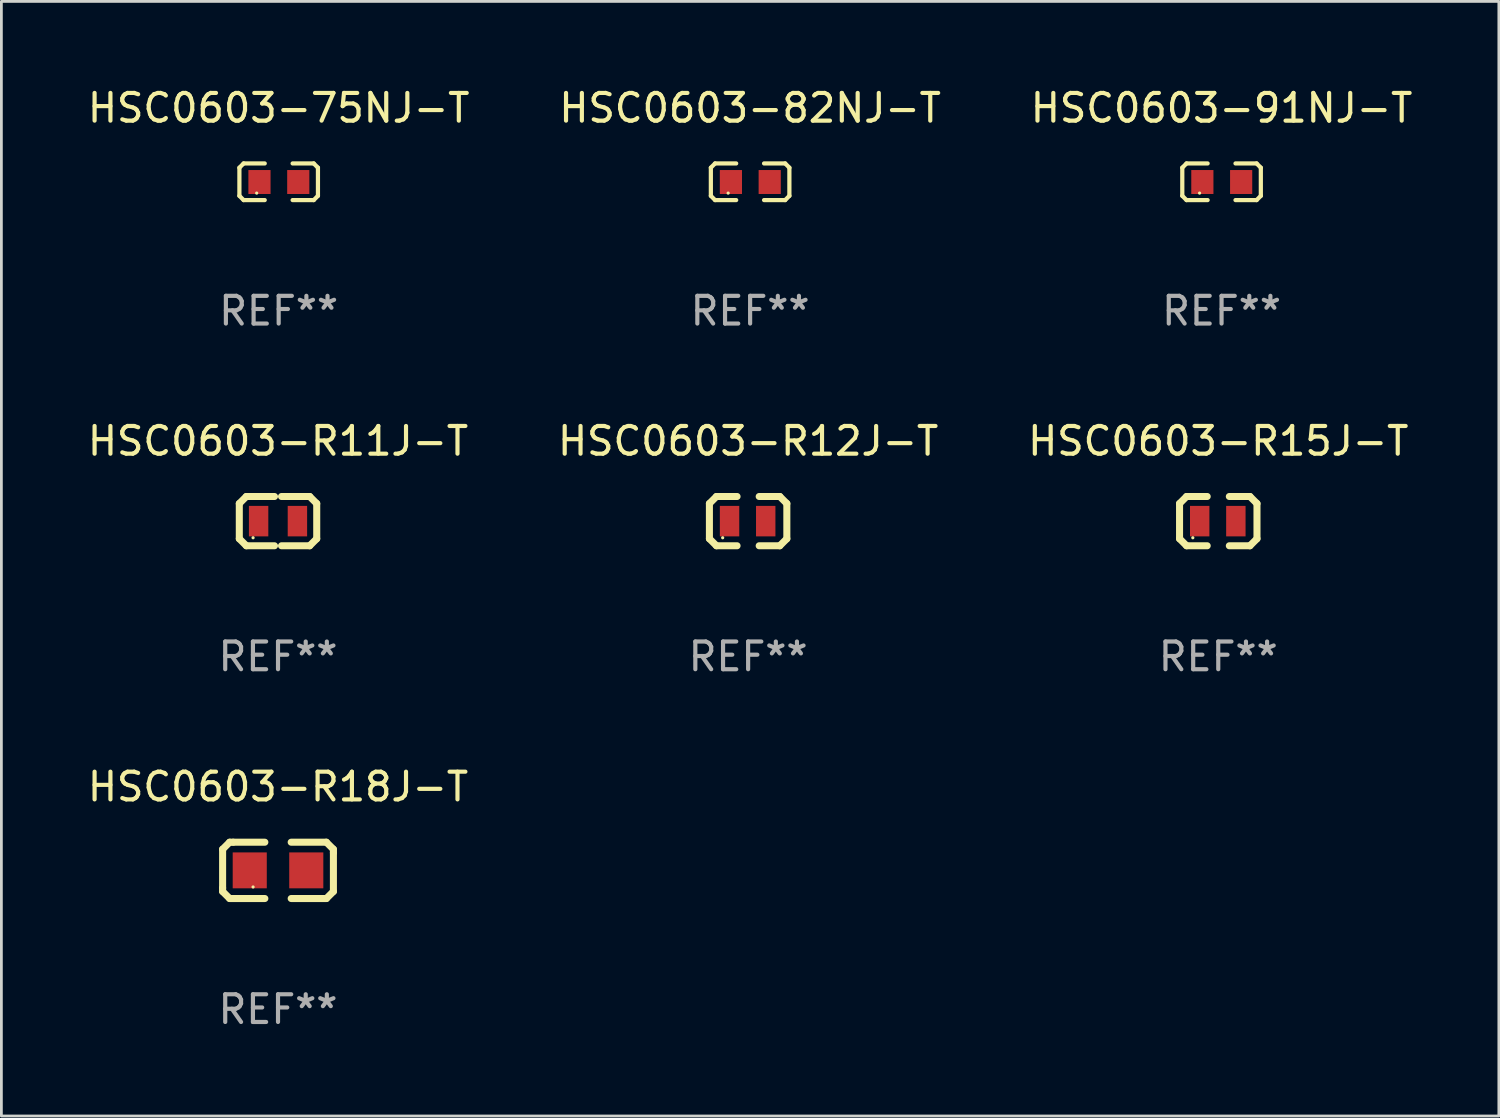
<source format=kicad_pcb>
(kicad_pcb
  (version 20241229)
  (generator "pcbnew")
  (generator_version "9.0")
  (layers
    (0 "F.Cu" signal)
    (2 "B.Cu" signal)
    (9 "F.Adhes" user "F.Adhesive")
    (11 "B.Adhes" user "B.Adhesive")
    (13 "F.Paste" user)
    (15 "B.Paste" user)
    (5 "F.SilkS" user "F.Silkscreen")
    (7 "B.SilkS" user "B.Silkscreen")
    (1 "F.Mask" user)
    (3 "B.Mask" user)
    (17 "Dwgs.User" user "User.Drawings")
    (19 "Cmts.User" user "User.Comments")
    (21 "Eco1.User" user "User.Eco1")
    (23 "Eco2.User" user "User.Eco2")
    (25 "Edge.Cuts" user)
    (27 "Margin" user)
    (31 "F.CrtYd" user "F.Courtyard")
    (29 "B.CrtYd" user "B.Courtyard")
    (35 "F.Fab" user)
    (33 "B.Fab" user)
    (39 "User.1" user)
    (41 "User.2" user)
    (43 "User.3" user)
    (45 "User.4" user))
  (footprint "HSC0603-91NJ-T"
    (layer "F.Cu")
    (at 41.03 3.509)
    (property "Reference" "HSC0603-91NJ-T" (at 0 -2.661 0) (layer "F.SilkS") (effects (font (size 1 1) (thickness 0.15))))
    (attr through_hole)
    (fp_line (start -1.417 -0.508) (end -1.265 -0.661) (stroke (width 0.152) (type solid)) (layer "F.SilkS"))
    (fp_line (start -1.417 0.508) (end -1.417 -0.508) (stroke (width 0.152) (type solid)) (layer "F.SilkS"))
    (fp_line (start -1.265 -0.661) (end -0.503 -0.661) (stroke (width 0.152) (type solid)) (layer "F.SilkS"))
    (fp_line (start -1.265 0.661) (end -1.417 0.508) (stroke (width 0.152) (type solid)) (layer "F.SilkS"))
    (fp_line (start -1.265 0.661) (end -0.503 0.661) (stroke (width 0.152) (type solid)) (layer "F.SilkS"))
    (fp_line (start 1.265 -0.661) (end 0.503 -0.661) (stroke (width 0.152) (type solid)) (layer "F.SilkS"))
    (fp_line (start 1.265 -0.661) (end 1.417 -0.508) (stroke (width 0.152) (type solid)) (layer "F.SilkS"))
    (fp_line (start 1.265 0.661) (end 0.503 0.661) (stroke (width 0.152) (type solid)) (layer "F.SilkS"))
    (fp_line (start 1.417 -0.508) (end 1.417 0.508) (stroke (width 0.152) (type solid)) (layer "F.SilkS"))
    (fp_line (start 1.417 0.508) (end 1.265 0.661) (stroke (width 0.152) (type solid)) (layer "F.SilkS"))
    (fp_circle (center -0.793 0.409) (end -0.763 0.409) (stroke (width 0.06) (type solid)) (fill no) (layer "F.SilkS"))
    (fp_text user "REF**" (at 0 4.661 0) (layer "F.Fab") (effects (font (size 1 1) (thickness 0.15))))
    (pad "1" smd rect (at -0.693 0.009 180) (size 0.8 0.864) (layers "F.Cu" "F.Mask" "F.Paste"))
    (pad "2" smd rect (at 0.707 0.009 180) (size 0.8 0.864) (layers "F.Cu" "F.Mask" "F.Paste")))
  (footprint "HSC0603-R12J-T"
    (layer "F.Cu")
    (at 23.946 15.755)
    (property "Reference" "HSC0603-R12J-T" (at 0 -2.889 0) (layer "F.SilkS") (effects (font (size 1 1) (thickness 0.15))))
    (attr through_hole)
    (fp_line (start -1.397 -0.635) (end -1.397 0.635) (stroke (width 0.254) (type solid)) (layer "F.SilkS"))
    (fp_line (start -1.397 0.635) (end -1.143 0.889) (stroke (width 0.254) (type solid)) (layer "F.SilkS"))
    (fp_line (start -1.143 -0.889) (end -1.397 -0.635) (stroke (width 0.254) (type solid)) (layer "F.SilkS"))
    (fp_line (start -1.143 -0.889) (end -0.399 -0.889) (stroke (width 0.254) (type solid)) (layer "F.SilkS"))
    (fp_line (start -1.143 0.889) (end -0.399 0.889) (stroke (width 0.254) (type solid)) (layer "F.SilkS"))
    (fp_line (start 1.143 -0.889) (end 0.399 -0.889) (stroke (width 0.254) (type solid)) (layer "F.SilkS"))
    (fp_line (start 1.143 0.889) (end 0.399 0.889) (stroke (width 0.254) (type solid)) (layer "F.SilkS"))
    (fp_line (start 1.143 0.889) (end 1.397 0.635) (stroke (width 0.254) (type solid)) (layer "F.SilkS"))
    (fp_line (start 1.397 -0.635) (end 1.143 -0.889) (stroke (width 0.254) (type solid)) (layer "F.SilkS"))
    (fp_line (start 1.397 0.635) (end 1.397 -0.635) (stroke (width 0.254) (type solid)) (layer "F.SilkS"))
    (fp_circle (center -0.918 0.6) (end -0.888 0.6) (stroke (width 0.06) (type solid)) (fill no) (layer "F.SilkS"))
    (fp_text user "REF**" (at 0 4.889 0) (layer "F.Fab") (effects (font (size 1 1) (thickness 0.15))))
    (pad "1" smd rect (at -0.67 0) (size 0.7 1.1) (layers "F.Cu" "F.Mask" "F.Paste"))
    (pad "2" smd rect (at 0.635 0) (size 0.7 1.1) (layers "F.Cu" "F.Mask" "F.Paste")))
  (footprint "HSC0603-R18J-T"
    (layer "F.Cu")
    (at 6.982 28.357)
    (property "Reference" "HSC0603-R18J-T" (at 0 -3.016 0) (layer "F.SilkS") (effects (font (size 1 1) (thickness 0.15))))
    (attr through_hole)
    (fp_line (start -1.999 -0.762) (end -1.999 0.635) (stroke (width 0.254) (type solid)) (layer "F.SilkS"))
    (fp_line (start -1.999 0.635) (end -1.999 0.762) (stroke (width 0.254) (type solid)) (layer "F.SilkS"))
    (fp_line (start -1.999 0.762) (end -1.745 1.016) (stroke (width 0.254) (type solid)) (layer "F.SilkS"))
    (fp_line (start -1.745 -1.016) (end -1.999 -0.762) (stroke (width 0.254) (type solid)) (layer "F.SilkS"))
    (fp_line (start -1.745 1.016) (end -0.475 1.016) (stroke (width 0.254) (type solid)) (layer "F.SilkS"))
    (fp_line (start -1.618 -1.016) (end -1.745 -1.016) (stroke (width 0.254) (type solid)) (layer "F.SilkS"))
    (fp_line (start -0.475 -1.016) (end -1.618 -1.016) (stroke (width 0.254) (type solid)) (layer "F.SilkS"))
    (fp_line (start 0.475 1.016) (end 1.618 1.016) (stroke (width 0.254) (type solid)) (layer "F.SilkS"))
    (fp_line (start 1.618 1.016) (end 1.745 1.016) (stroke (width 0.254) (type solid)) (layer "F.SilkS"))
    (fp_line (start 1.745 -1.016) (end 0.475 -1.016) (stroke (width 0.254) (type solid)) (layer "F.SilkS"))
    (fp_line (start 1.745 1.016) (end 1.999 0.762) (stroke (width 0.254) (type solid)) (layer "F.SilkS"))
    (fp_line (start 1.999 -0.762) (end 1.745 -1.016) (stroke (width 0.254) (type solid)) (layer "F.SilkS"))
    (fp_line (start 1.999 -0.635) (end 1.999 -0.762) (stroke (width 0.254) (type solid)) (layer "F.SilkS"))
    (fp_line (start 1.999 0.762) (end 1.999 -0.635) (stroke (width 0.254) (type solid)) (layer "F.SilkS"))
    (fp_circle (center -0.9 0.6) (end -0.87 0.6) (stroke (width 0.06) (type solid)) (fill no) (layer "F.SilkS"))
    (fp_text user "REF**" (at 0 5.016 0) (layer "F.Fab") (effects (font (size 1 1) (thickness 0.15))))
    (pad "1" smd rect (at -1.02 0) (size 1.23 1.296) (layers "F.Cu" "F.Mask" "F.Paste"))
    (pad "2" smd rect (at 1.02 0) (size 1.23 1.296) (layers "F.Cu" "F.Mask" "F.Paste")))
  (footprint "HSC0603-R15J-T"
    (layer "F.Cu")
    (at 40.911 15.755)
    (property "Reference" "HSC0603-R15J-T" (at 0 -2.889 0) (layer "F.SilkS") (effects (font (size 1 1) (thickness 0.15))))
    (attr through_hole)
    (fp_line (start -1.397 -0.635) (end -1.397 0.635) (stroke (width 0.254) (type solid)) (layer "F.SilkS"))
    (fp_line (start -1.397 0.635) (end -1.143 0.889) (stroke (width 0.254) (type solid)) (layer "F.SilkS"))
    (fp_line (start -1.143 -0.889) (end -1.397 -0.635) (stroke (width 0.254) (type solid)) (layer "F.SilkS"))
    (fp_line (start -1.143 -0.889) (end -0.399 -0.889) (stroke (width 0.254) (type solid)) (layer "F.SilkS"))
    (fp_line (start -1.143 0.889) (end -0.399 0.889) (stroke (width 0.254) (type solid)) (layer "F.SilkS"))
    (fp_line (start 1.143 -0.889) (end 0.399 -0.889) (stroke (width 0.254) (type solid)) (layer "F.SilkS"))
    (fp_line (start 1.143 0.889) (end 0.399 0.889) (stroke (width 0.254) (type solid)) (layer "F.SilkS"))
    (fp_line (start 1.143 0.889) (end 1.397 0.635) (stroke (width 0.254) (type solid)) (layer "F.SilkS"))
    (fp_line (start 1.397 -0.635) (end 1.143 -0.889) (stroke (width 0.254) (type solid)) (layer "F.SilkS"))
    (fp_line (start 1.397 0.635) (end 1.397 -0.635) (stroke (width 0.254) (type solid)) (layer "F.SilkS"))
    (fp_circle (center -0.918 0.6) (end -0.888 0.6) (stroke (width 0.06) (type solid)) (fill no) (layer "F.SilkS"))
    (fp_text user "REF**" (at 0 4.889 0) (layer "F.Fab") (effects (font (size 1 1) (thickness 0.15))))
    (pad "1" smd rect (at -0.67 0) (size 0.7 1.1) (layers "F.Cu" "F.Mask" "F.Paste"))
    (pad "2" smd rect (at 0.635 0) (size 0.7 1.1) (layers "F.Cu" "F.Mask" "F.Paste")))
  (footprint "HSC0603-R11J-T"
    (layer "F.Cu")
    (at 6.982 15.755)
    (property "Reference" "HSC0603-R11J-T" (at 0 -2.889 0) (layer "F.SilkS") (effects (font (size 1 1) (thickness 0.15))))
    (attr through_hole)
    (fp_line (start -1.397 -0.635) (end -1.397 0.635) (stroke (width 0.254) (type solid)) (layer "F.SilkS"))
    (fp_line (start -1.397 0.635) (end -1.143 0.889) (stroke (width 0.254) (type solid)) (layer "F.SilkS"))
    (fp_line (start -1.143 -0.889) (end -1.397 -0.635) (stroke (width 0.254) (type solid)) (layer "F.SilkS"))
    (fp_line (start -1.143 0.889) (end -0.127 0.889) (stroke (width 0.254) (type solid)) (layer "F.SilkS"))
    (fp_line (start -0.127 -0.889) (end -1.143 -0.889) (stroke (width 0.254) (type solid)) (layer "F.SilkS"))
    (fp_line (start 0.127 0.889) (end 1.143 0.889) (stroke (width 0.254) (type solid)) (layer "F.SilkS"))
    (fp_line (start 1.143 -0.889) (end 0.127 -0.889) (stroke (width 0.254) (type solid)) (layer "F.SilkS"))
    (fp_line (start 1.143 0.889) (end 1.397 0.635) (stroke (width 0.254) (type solid)) (layer "F.SilkS"))
    (fp_line (start 1.397 -0.635) (end 1.143 -0.889) (stroke (width 0.254) (type solid)) (layer "F.SilkS"))
    (fp_line (start 1.397 0.635) (end 1.397 -0.635) (stroke (width 0.254) (type solid)) (layer "F.SilkS"))
    (fp_circle (center -0.9 0.6) (end -0.87 0.6) (stroke (width 0.06) (type solid)) (fill no) (layer "F.SilkS"))
    (fp_text user "REF**" (at 0 4.889 0) (layer "F.Fab") (effects (font (size 1 1) (thickness 0.15))))
    (pad "1" smd rect (at -0.7 0) (size 0.7 1.1) (layers "F.Cu" "F.Mask" "F.Paste"))
    (pad "2" smd rect (at 0.7 0) (size 0.7 1.1) (layers "F.Cu" "F.Mask" "F.Paste")))
  (footprint "HSC0603-75NJ-T"
    (layer "F.Cu")
    (at 7.006 3.509)
    (property "Reference" "HSC0603-75NJ-T" (at 0 -2.661 0) (layer "F.SilkS") (effects (font (size 1 1) (thickness 0.15))))
    (attr through_hole)
    (fp_line (start -1.417 -0.508) (end -1.265 -0.661) (stroke (width 0.152) (type solid)) (layer "F.SilkS"))
    (fp_line (start -1.417 0.508) (end -1.417 -0.508) (stroke (width 0.152) (type solid)) (layer "F.SilkS"))
    (fp_line (start -1.265 -0.661) (end -0.503 -0.661) (stroke (width 0.152) (type solid)) (layer "F.SilkS"))
    (fp_line (start -1.265 0.661) (end -1.417 0.508) (stroke (width 0.152) (type solid)) (layer "F.SilkS"))
    (fp_line (start -1.265 0.661) (end -0.503 0.661) (stroke (width 0.152) (type solid)) (layer "F.SilkS"))
    (fp_line (start 1.265 -0.661) (end 0.503 -0.661) (stroke (width 0.152) (type solid)) (layer "F.SilkS"))
    (fp_line (start 1.265 -0.661) (end 1.417 -0.508) (stroke (width 0.152) (type solid)) (layer "F.SilkS"))
    (fp_line (start 1.265 0.661) (end 0.503 0.661) (stroke (width 0.152) (type solid)) (layer "F.SilkS"))
    (fp_line (start 1.417 -0.508) (end 1.417 0.508) (stroke (width 0.152) (type solid)) (layer "F.SilkS"))
    (fp_line (start 1.417 0.508) (end 1.265 0.661) (stroke (width 0.152) (type solid)) (layer "F.SilkS"))
    (fp_circle (center -0.793 0.409) (end -0.763 0.409) (stroke (width 0.06) (type solid)) (fill no) (layer "F.SilkS"))
    (fp_text user "REF**" (at 0 4.661 0) (layer "F.Fab") (effects (font (size 1 1) (thickness 0.15))))
    (pad "1" smd rect (at -0.693 0.009 180) (size 0.8 0.864) (layers "F.Cu" "F.Mask" "F.Paste"))
    (pad "2" smd rect (at 0.707 0.009 180) (size 0.8 0.864) (layers "F.Cu" "F.Mask" "F.Paste")))
  (footprint "HSC0603-82NJ-T"
    (layer "F.Cu")
    (at 24.018 3.509)
    (property "Reference" "HSC0603-82NJ-T" (at 0 -2.661 0) (layer "F.SilkS") (effects (font (size 1 1) (thickness 0.15))))
    (attr through_hole)
    (fp_line (start -1.417 -0.508) (end -1.265 -0.661) (stroke (width 0.152) (type solid)) (layer "F.SilkS"))
    (fp_line (start -1.417 0.508) (end -1.417 -0.508) (stroke (width 0.152) (type solid)) (layer "F.SilkS"))
    (fp_line (start -1.265 -0.661) (end -0.503 -0.661) (stroke (width 0.152) (type solid)) (layer "F.SilkS"))
    (fp_line (start -1.265 0.661) (end -1.417 0.508) (stroke (width 0.152) (type solid)) (layer "F.SilkS"))
    (fp_line (start -1.265 0.661) (end -0.503 0.661) (stroke (width 0.152) (type solid)) (layer "F.SilkS"))
    (fp_line (start 1.265 -0.661) (end 0.503 -0.661) (stroke (width 0.152) (type solid)) (layer "F.SilkS"))
    (fp_line (start 1.265 -0.661) (end 1.417 -0.508) (stroke (width 0.152) (type solid)) (layer "F.SilkS"))
    (fp_line (start 1.265 0.661) (end 0.503 0.661) (stroke (width 0.152) (type solid)) (layer "F.SilkS"))
    (fp_line (start 1.417 -0.508) (end 1.417 0.508) (stroke (width 0.152) (type solid)) (layer "F.SilkS"))
    (fp_line (start 1.417 0.508) (end 1.265 0.661) (stroke (width 0.152) (type solid)) (layer "F.SilkS"))
    (fp_circle (center -0.793 0.409) (end -0.763 0.409) (stroke (width 0.06) (type solid)) (fill no) (layer "F.SilkS"))
    (fp_text user "REF**" (at 0 4.661 0) (layer "F.Fab") (effects (font (size 1 1) (thickness 0.15))))
    (pad "1" smd rect (at -0.693 0.009 180) (size 0.8 0.864) (layers "F.Cu" "F.Mask" "F.Paste"))
    (pad "2" smd rect (at 0.707 0.009 180) (size 0.8 0.864) (layers "F.Cu" "F.Mask" "F.Paste")))
  (gr_rect
    (start -3 -3)
    (end 51.036 37.221)
    (stroke (width 0.1) (type default))
    (fill no)
    (layer "Edge.Cuts")))
</source>
